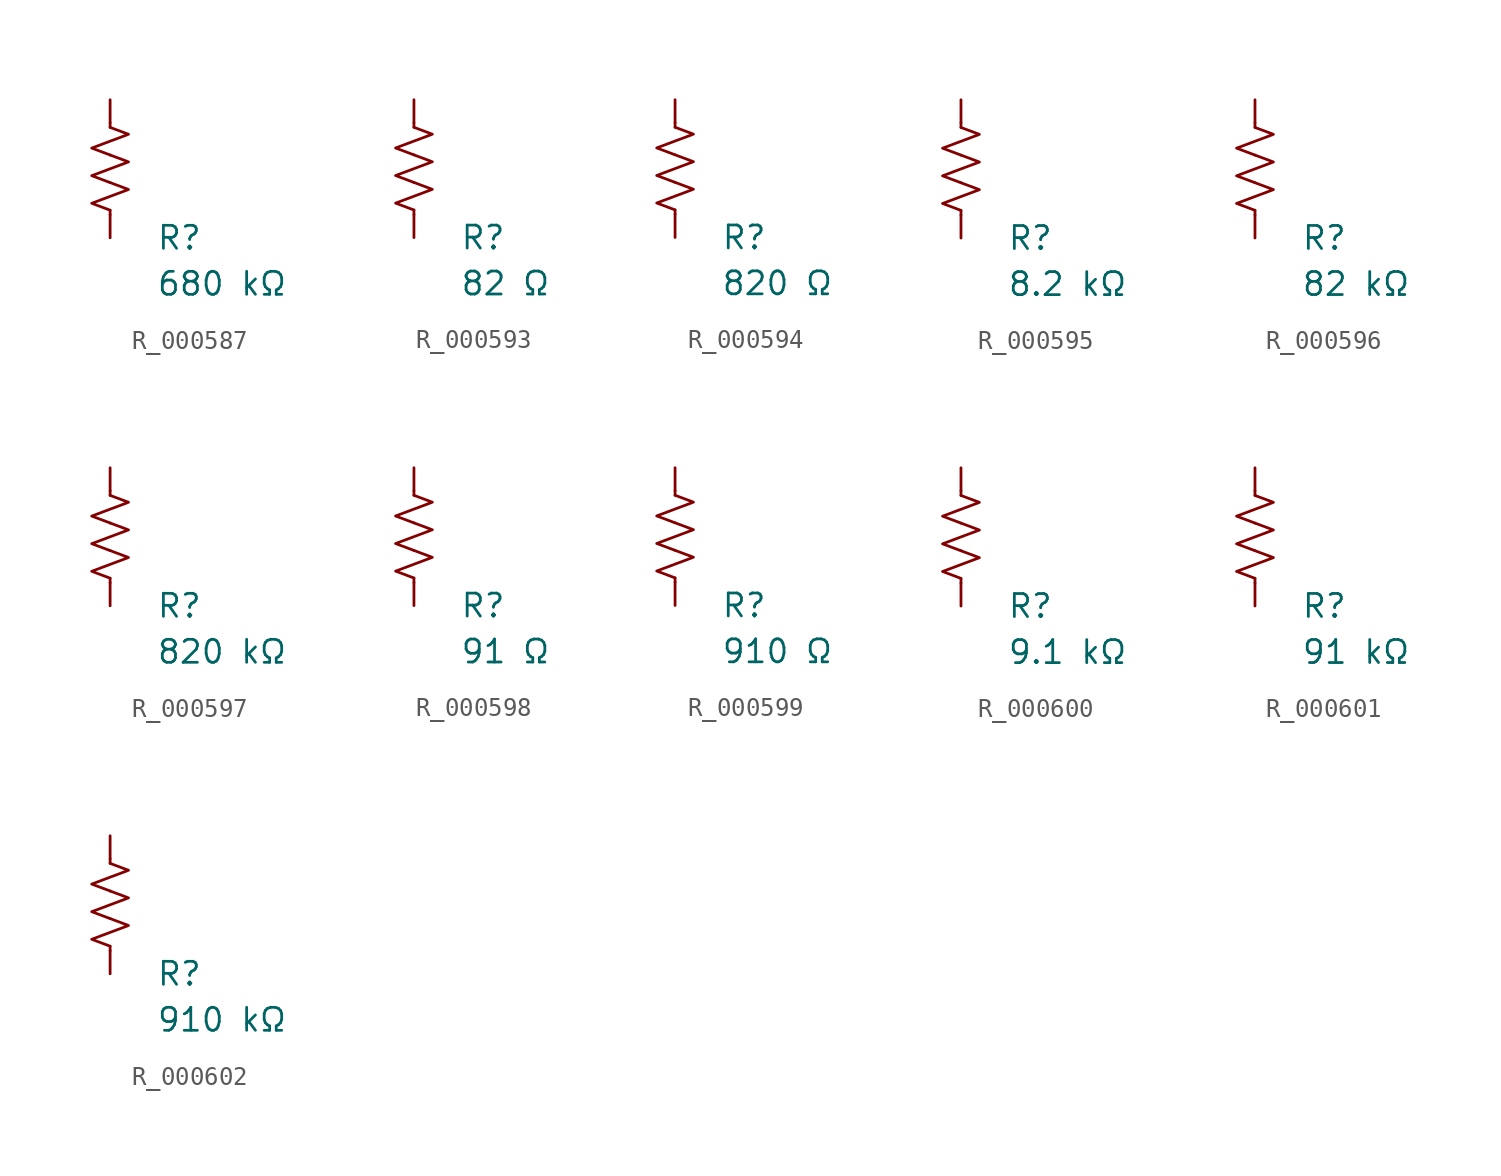
<source format=kicad_sym>
(kicad_symbol_lib
  (version 20231120)
  (generator "kicad_symbol_editor")
  (generator_version "8.0")
  (symbol "R_000587"
    (pin_numbers hide)
    (pin_names
      (offset 0))
    (property "Reference" "R"
      (at 2.54 -3.81 0)
      (effects (font (size 1.27 1.27)) (justify left))
      (show_name no))
    (property "Value" "680 kΩ"
      (at 2.54 -6.35 0)
      (effects (font (size 1.27 1.27)) (justify left))
      (show_name no))
    (symbol "R_000587_0_1"
      (polyline (pts (xy 0 -2.286) (xy 0 -2.54)) (stroke (width 0) (type default)) (fill (type none)))
      (polyline (pts (xy 0 2.286) (xy 0 2.54)) (stroke (width 0) (type default)) (fill (type none)))
      (polyline (pts (xy 0 -0.762) (xy 1.016 -1.143) (xy 0 -1.524) (xy -1.016 -1.905) (xy 0 -2.286)) (stroke (width 0) (type default)) (fill (type none)))
      (polyline (pts (xy 0 0.762) (xy 1.016 0.381) (xy 0 0) (xy -1.016 -0.381) (xy 0 -0.762)) (stroke (width 0) (type default)) (fill (type none)))
      (polyline (pts (xy 0 2.286) (xy 1.016 1.905) (xy 0 1.524) (xy -1.016 1.143) (xy 0 0.762)) (stroke (width 0) (type default)) (fill (type none))))
    (symbol "R_000587_1_1"
      (pin passive line (at 0 3.81 270) (length 1.27) (name "~" (effects (font (size 1.27 1.27)))) (number "1" (effects (font (size 1.27 1.27)))))
      (pin passive line (at 0 -3.81 90) (length 1.27) (name "~" (effects (font (size 1.27 1.27)))) (number "2" (effects (font (size 1.27 1.27)))))))
  (symbol "R_000593"
    (pin_numbers hide)
    (pin_names
      (offset 0))
    (property "Reference" "R"
      (at 2.54 -3.81 0)
      (effects (font (size 1.27 1.27)) (justify left))
      (show_name no))
    (property "Value" "82 Ω"
      (at 2.54 -6.35 0)
      (effects (font (size 1.27 1.27)) (justify left))
      (show_name no))
    (symbol "R_000593_0_1"
      (polyline (pts (xy 0 -2.286) (xy 0 -2.54)) (stroke (width 0) (type default)) (fill (type none)))
      (polyline (pts (xy 0 2.286) (xy 0 2.54)) (stroke (width 0) (type default)) (fill (type none)))
      (polyline (pts (xy 0 -0.762) (xy 1.016 -1.143) (xy 0 -1.524) (xy -1.016 -1.905) (xy 0 -2.286)) (stroke (width 0) (type default)) (fill (type none)))
      (polyline (pts (xy 0 0.762) (xy 1.016 0.381) (xy 0 0) (xy -1.016 -0.381) (xy 0 -0.762)) (stroke (width 0) (type default)) (fill (type none)))
      (polyline (pts (xy 0 2.286) (xy 1.016 1.905) (xy 0 1.524) (xy -1.016 1.143) (xy 0 0.762)) (stroke (width 0) (type default)) (fill (type none))))
    (symbol "R_000593_1_1"
      (pin passive line (at 0 3.81 270) (length 1.27) (name "~" (effects (font (size 1.27 1.27)))) (number "1" (effects (font (size 1.27 1.27)))))
      (pin passive line (at 0 -3.81 90) (length 1.27) (name "~" (effects (font (size 1.27 1.27)))) (number "2" (effects (font (size 1.27 1.27)))))))
  (symbol "R_000594"
    (pin_numbers hide)
    (pin_names
      (offset 0))
    (property "Reference" "R"
      (at 2.54 -3.81 0)
      (effects (font (size 1.27 1.27)) (justify left))
      (show_name no))
    (property "Value" "820 Ω"
      (at 2.54 -6.35 0)
      (effects (font (size 1.27 1.27)) (justify left))
      (show_name no))
    (symbol "R_000594_0_1"
      (polyline (pts (xy 0 -2.286) (xy 0 -2.54)) (stroke (width 0) (type default)) (fill (type none)))
      (polyline (pts (xy 0 2.286) (xy 0 2.54)) (stroke (width 0) (type default)) (fill (type none)))
      (polyline (pts (xy 0 -0.762) (xy 1.016 -1.143) (xy 0 -1.524) (xy -1.016 -1.905) (xy 0 -2.286)) (stroke (width 0) (type default)) (fill (type none)))
      (polyline (pts (xy 0 0.762) (xy 1.016 0.381) (xy 0 0) (xy -1.016 -0.381) (xy 0 -0.762)) (stroke (width 0) (type default)) (fill (type none)))
      (polyline (pts (xy 0 2.286) (xy 1.016 1.905) (xy 0 1.524) (xy -1.016 1.143) (xy 0 0.762)) (stroke (width 0) (type default)) (fill (type none))))
    (symbol "R_000594_1_1"
      (pin passive line (at 0 3.81 270) (length 1.27) (name "~" (effects (font (size 1.27 1.27)))) (number "1" (effects (font (size 1.27 1.27)))))
      (pin passive line (at 0 -3.81 90) (length 1.27) (name "~" (effects (font (size 1.27 1.27)))) (number "2" (effects (font (size 1.27 1.27)))))))
  (symbol "R_000595"
    (pin_numbers hide)
    (pin_names
      (offset 0))
    (property "Reference" "R"
      (at 2.54 -3.81 0)
      (effects (font (size 1.27 1.27)) (justify left))
      (show_name no))
    (property "Value" "8.2 kΩ"
      (at 2.54 -6.35 0)
      (effects (font (size 1.27 1.27)) (justify left))
      (show_name no))
    (symbol "R_000595_0_1"
      (polyline (pts (xy 0 -2.286) (xy 0 -2.54)) (stroke (width 0) (type default)) (fill (type none)))
      (polyline (pts (xy 0 2.286) (xy 0 2.54)) (stroke (width 0) (type default)) (fill (type none)))
      (polyline (pts (xy 0 -0.762) (xy 1.016 -1.143) (xy 0 -1.524) (xy -1.016 -1.905) (xy 0 -2.286)) (stroke (width 0) (type default)) (fill (type none)))
      (polyline (pts (xy 0 0.762) (xy 1.016 0.381) (xy 0 0) (xy -1.016 -0.381) (xy 0 -0.762)) (stroke (width 0) (type default)) (fill (type none)))
      (polyline (pts (xy 0 2.286) (xy 1.016 1.905) (xy 0 1.524) (xy -1.016 1.143) (xy 0 0.762)) (stroke (width 0) (type default)) (fill (type none))))
    (symbol "R_000595_1_1"
      (pin passive line (at 0 3.81 270) (length 1.27) (name "~" (effects (font (size 1.27 1.27)))) (number "1" (effects (font (size 1.27 1.27)))))
      (pin passive line (at 0 -3.81 90) (length 1.27) (name "~" (effects (font (size 1.27 1.27)))) (number "2" (effects (font (size 1.27 1.27)))))))
  (symbol "R_000596"
    (pin_numbers hide)
    (pin_names
      (offset 0))
    (property "Reference" "R"
      (at 2.54 -3.81 0)
      (effects (font (size 1.27 1.27)) (justify left))
      (show_name no))
    (property "Value" "82 kΩ"
      (at 2.54 -6.35 0)
      (effects (font (size 1.27 1.27)) (justify left))
      (show_name no))
    (symbol "R_000596_0_1"
      (polyline (pts (xy 0 -2.286) (xy 0 -2.54)) (stroke (width 0) (type default)) (fill (type none)))
      (polyline (pts (xy 0 2.286) (xy 0 2.54)) (stroke (width 0) (type default)) (fill (type none)))
      (polyline (pts (xy 0 -0.762) (xy 1.016 -1.143) (xy 0 -1.524) (xy -1.016 -1.905) (xy 0 -2.286)) (stroke (width 0) (type default)) (fill (type none)))
      (polyline (pts (xy 0 0.762) (xy 1.016 0.381) (xy 0 0) (xy -1.016 -0.381) (xy 0 -0.762)) (stroke (width 0) (type default)) (fill (type none)))
      (polyline (pts (xy 0 2.286) (xy 1.016 1.905) (xy 0 1.524) (xy -1.016 1.143) (xy 0 0.762)) (stroke (width 0) (type default)) (fill (type none))))
    (symbol "R_000596_1_1"
      (pin passive line (at 0 3.81 270) (length 1.27) (name "~" (effects (font (size 1.27 1.27)))) (number "1" (effects (font (size 1.27 1.27)))))
      (pin passive line (at 0 -3.81 90) (length 1.27) (name "~" (effects (font (size 1.27 1.27)))) (number "2" (effects (font (size 1.27 1.27)))))))
  (symbol "R_000597"
    (pin_numbers hide)
    (pin_names
      (offset 0))
    (property "Reference" "R"
      (at 2.54 -3.81 0)
      (effects (font (size 1.27 1.27)) (justify left))
      (show_name no))
    (property "Value" "820 kΩ"
      (at 2.54 -6.35 0)
      (effects (font (size 1.27 1.27)) (justify left))
      (show_name no))
    (symbol "R_000597_0_1"
      (polyline (pts (xy 0 -2.286) (xy 0 -2.54)) (stroke (width 0) (type default)) (fill (type none)))
      (polyline (pts (xy 0 2.286) (xy 0 2.54)) (stroke (width 0) (type default)) (fill (type none)))
      (polyline (pts (xy 0 -0.762) (xy 1.016 -1.143) (xy 0 -1.524) (xy -1.016 -1.905) (xy 0 -2.286)) (stroke (width 0) (type default)) (fill (type none)))
      (polyline (pts (xy 0 0.762) (xy 1.016 0.381) (xy 0 0) (xy -1.016 -0.381) (xy 0 -0.762)) (stroke (width 0) (type default)) (fill (type none)))
      (polyline (pts (xy 0 2.286) (xy 1.016 1.905) (xy 0 1.524) (xy -1.016 1.143) (xy 0 0.762)) (stroke (width 0) (type default)) (fill (type none))))
    (symbol "R_000597_1_1"
      (pin passive line (at 0 3.81 270) (length 1.27) (name "~" (effects (font (size 1.27 1.27)))) (number "1" (effects (font (size 1.27 1.27)))))
      (pin passive line (at 0 -3.81 90) (length 1.27) (name "~" (effects (font (size 1.27 1.27)))) (number "2" (effects (font (size 1.27 1.27)))))))
  (symbol "R_000598"
    (pin_numbers hide)
    (pin_names
      (offset 0))
    (property "Reference" "R"
      (at 2.54 -3.81 0)
      (effects (font (size 1.27 1.27)) (justify left))
      (show_name no))
    (property "Value" "91 Ω"
      (at 2.54 -6.35 0)
      (effects (font (size 1.27 1.27)) (justify left))
      (show_name no))
    (symbol "R_000598_0_1"
      (polyline (pts (xy 0 -2.286) (xy 0 -2.54)) (stroke (width 0) (type default)) (fill (type none)))
      (polyline (pts (xy 0 2.286) (xy 0 2.54)) (stroke (width 0) (type default)) (fill (type none)))
      (polyline (pts (xy 0 -0.762) (xy 1.016 -1.143) (xy 0 -1.524) (xy -1.016 -1.905) (xy 0 -2.286)) (stroke (width 0) (type default)) (fill (type none)))
      (polyline (pts (xy 0 0.762) (xy 1.016 0.381) (xy 0 0) (xy -1.016 -0.381) (xy 0 -0.762)) (stroke (width 0) (type default)) (fill (type none)))
      (polyline (pts (xy 0 2.286) (xy 1.016 1.905) (xy 0 1.524) (xy -1.016 1.143) (xy 0 0.762)) (stroke (width 0) (type default)) (fill (type none))))
    (symbol "R_000598_1_1"
      (pin passive line (at 0 3.81 270) (length 1.27) (name "~" (effects (font (size 1.27 1.27)))) (number "1" (effects (font (size 1.27 1.27)))))
      (pin passive line (at 0 -3.81 90) (length 1.27) (name "~" (effects (font (size 1.27 1.27)))) (number "2" (effects (font (size 1.27 1.27)))))))
  (symbol "R_000599"
    (pin_numbers hide)
    (pin_names
      (offset 0))
    (property "Reference" "R"
      (at 2.54 -3.81 0)
      (effects (font (size 1.27 1.27)) (justify left))
      (show_name no))
    (property "Value" "910 Ω"
      (at 2.54 -6.35 0)
      (effects (font (size 1.27 1.27)) (justify left))
      (show_name no))
    (symbol "R_000599_0_1"
      (polyline (pts (xy 0 -2.286) (xy 0 -2.54)) (stroke (width 0) (type default)) (fill (type none)))
      (polyline (pts (xy 0 2.286) (xy 0 2.54)) (stroke (width 0) (type default)) (fill (type none)))
      (polyline (pts (xy 0 -0.762) (xy 1.016 -1.143) (xy 0 -1.524) (xy -1.016 -1.905) (xy 0 -2.286)) (stroke (width 0) (type default)) (fill (type none)))
      (polyline (pts (xy 0 0.762) (xy 1.016 0.381) (xy 0 0) (xy -1.016 -0.381) (xy 0 -0.762)) (stroke (width 0) (type default)) (fill (type none)))
      (polyline (pts (xy 0 2.286) (xy 1.016 1.905) (xy 0 1.524) (xy -1.016 1.143) (xy 0 0.762)) (stroke (width 0) (type default)) (fill (type none))))
    (symbol "R_000599_1_1"
      (pin passive line (at 0 3.81 270) (length 1.27) (name "~" (effects (font (size 1.27 1.27)))) (number "1" (effects (font (size 1.27 1.27)))))
      (pin passive line (at 0 -3.81 90) (length 1.27) (name "~" (effects (font (size 1.27 1.27)))) (number "2" (effects (font (size 1.27 1.27)))))))
  (symbol "R_000600"
    (pin_numbers hide)
    (pin_names
      (offset 0))
    (property "Reference" "R"
      (at 2.54 -3.81 0)
      (effects (font (size 1.27 1.27)) (justify left))
      (show_name no))
    (property "Value" "9.1 kΩ"
      (at 2.54 -6.35 0)
      (effects (font (size 1.27 1.27)) (justify left))
      (show_name no))
    (symbol "R_000600_0_1"
      (polyline (pts (xy 0 -2.286) (xy 0 -2.54)) (stroke (width 0) (type default)) (fill (type none)))
      (polyline (pts (xy 0 2.286) (xy 0 2.54)) (stroke (width 0) (type default)) (fill (type none)))
      (polyline (pts (xy 0 -0.762) (xy 1.016 -1.143) (xy 0 -1.524) (xy -1.016 -1.905) (xy 0 -2.286)) (stroke (width 0) (type default)) (fill (type none)))
      (polyline (pts (xy 0 0.762) (xy 1.016 0.381) (xy 0 0) (xy -1.016 -0.381) (xy 0 -0.762)) (stroke (width 0) (type default)) (fill (type none)))
      (polyline (pts (xy 0 2.286) (xy 1.016 1.905) (xy 0 1.524) (xy -1.016 1.143) (xy 0 0.762)) (stroke (width 0) (type default)) (fill (type none))))
    (symbol "R_000600_1_1"
      (pin passive line (at 0 3.81 270) (length 1.27) (name "~" (effects (font (size 1.27 1.27)))) (number "1" (effects (font (size 1.27 1.27)))))
      (pin passive line (at 0 -3.81 90) (length 1.27) (name "~" (effects (font (size 1.27 1.27)))) (number "2" (effects (font (size 1.27 1.27)))))))
  (symbol "R_000601"
    (pin_numbers hide)
    (pin_names
      (offset 0))
    (property "Reference" "R"
      (at 2.54 -3.81 0)
      (effects (font (size 1.27 1.27)) (justify left))
      (show_name no))
    (property "Value" "91 kΩ"
      (at 2.54 -6.35 0)
      (effects (font (size 1.27 1.27)) (justify left))
      (show_name no))
    (symbol "R_000601_0_1"
      (polyline (pts (xy 0 -2.286) (xy 0 -2.54)) (stroke (width 0) (type default)) (fill (type none)))
      (polyline (pts (xy 0 2.286) (xy 0 2.54)) (stroke (width 0) (type default)) (fill (type none)))
      (polyline (pts (xy 0 -0.762) (xy 1.016 -1.143) (xy 0 -1.524) (xy -1.016 -1.905) (xy 0 -2.286)) (stroke (width 0) (type default)) (fill (type none)))
      (polyline (pts (xy 0 0.762) (xy 1.016 0.381) (xy 0 0) (xy -1.016 -0.381) (xy 0 -0.762)) (stroke (width 0) (type default)) (fill (type none)))
      (polyline (pts (xy 0 2.286) (xy 1.016 1.905) (xy 0 1.524) (xy -1.016 1.143) (xy 0 0.762)) (stroke (width 0) (type default)) (fill (type none))))
    (symbol "R_000601_1_1"
      (pin passive line (at 0 3.81 270) (length 1.27) (name "~" (effects (font (size 1.27 1.27)))) (number "1" (effects (font (size 1.27 1.27)))))
      (pin passive line (at 0 -3.81 90) (length 1.27) (name "~" (effects (font (size 1.27 1.27)))) (number "2" (effects (font (size 1.27 1.27)))))))
  (symbol "R_000602"
    (pin_numbers hide)
    (pin_names
      (offset 0))
    (property "Reference" "R"
      (at 2.54 -3.81 0)
      (effects (font (size 1.27 1.27)) (justify left))
      (show_name no))
    (property "Value" "910 kΩ"
      (at 2.54 -6.35 0)
      (effects (font (size 1.27 1.27)) (justify left))
      (show_name no))
    (symbol "R_000602_0_1"
      (polyline (pts (xy 0 -2.286) (xy 0 -2.54)) (stroke (width 0) (type default)) (fill (type none)))
      (polyline (pts (xy 0 2.286) (xy 0 2.54)) (stroke (width 0) (type default)) (fill (type none)))
      (polyline (pts (xy 0 -0.762) (xy 1.016 -1.143) (xy 0 -1.524) (xy -1.016 -1.905) (xy 0 -2.286)) (stroke (width 0) (type default)) (fill (type none)))
      (polyline (pts (xy 0 0.762) (xy 1.016 0.381) (xy 0 0) (xy -1.016 -0.381) (xy 0 -0.762)) (stroke (width 0) (type default)) (fill (type none)))
      (polyline (pts (xy 0 2.286) (xy 1.016 1.905) (xy 0 1.524) (xy -1.016 1.143) (xy 0 0.762)) (stroke (width 0) (type default)) (fill (type none))))
    (symbol "R_000602_1_1"
      (pin passive line (at 0 3.81 270) (length 1.27) (name "~" (effects (font (size 1.27 1.27)))) (number "1" (effects (font (size 1.27 1.27)))))
      (pin passive line (at 0 -3.81 90) (length 1.27) (name "~" (effects (font (size 1.27 1.27)))) (number "2" (effects (font (size 1.27 1.27))))))))
</source>
